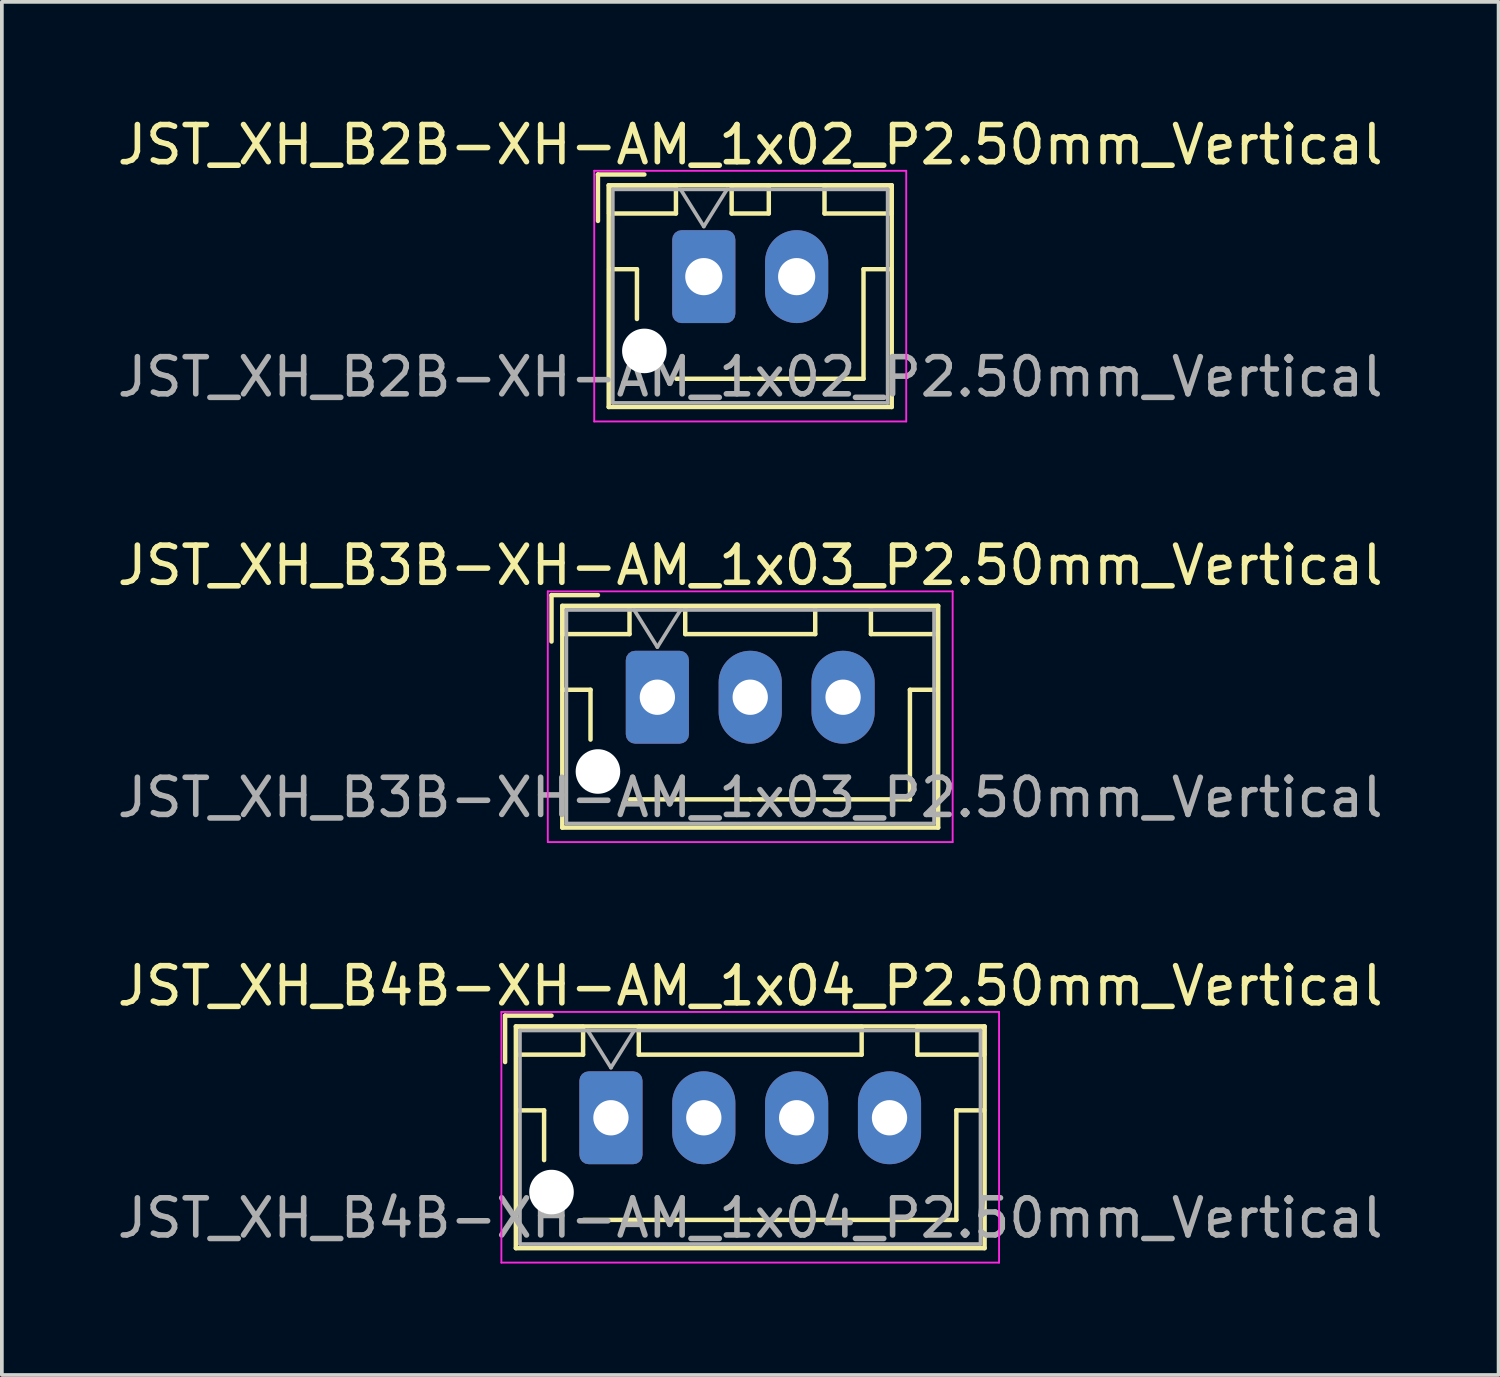
<source format=kicad_pcb>
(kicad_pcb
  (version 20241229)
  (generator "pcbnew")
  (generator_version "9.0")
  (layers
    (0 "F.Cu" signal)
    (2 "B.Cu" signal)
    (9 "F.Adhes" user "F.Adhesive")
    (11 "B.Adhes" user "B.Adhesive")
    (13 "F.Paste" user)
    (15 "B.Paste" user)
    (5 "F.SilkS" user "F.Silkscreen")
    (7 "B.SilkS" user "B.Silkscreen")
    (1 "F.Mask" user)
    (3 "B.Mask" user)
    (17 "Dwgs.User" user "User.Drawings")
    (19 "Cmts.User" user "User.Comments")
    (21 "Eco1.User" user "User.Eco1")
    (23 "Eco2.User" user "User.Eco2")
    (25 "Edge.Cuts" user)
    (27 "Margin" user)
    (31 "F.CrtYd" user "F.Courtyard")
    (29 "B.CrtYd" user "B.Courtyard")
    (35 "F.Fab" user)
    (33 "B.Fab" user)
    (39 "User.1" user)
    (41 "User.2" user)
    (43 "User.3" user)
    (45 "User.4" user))
  (footprint "JST_XH_B3B-XH-AM_1x03_P2.50mm_Vertical"
    (layer "F.Cu")
    (at 14.649 15.722)
    (property "Reference" "JST_XH_B3B-XH-AM_1x03_P2.50mm_Vertical" (at 2.5 -3.55 0) (layer "F.SilkS") (effects (font (size 1 1) (thickness 0.15))))
    (attr through_hole)
    (fp_line (start -2.85 -2.75) (end -2.85 -1.5) (stroke (width 0.12) (type solid)) (layer "F.SilkS"))
    (fp_line (start -2.56 -2.46) (end -2.56 3.51) (stroke (width 0.12) (type solid)) (layer "F.SilkS"))
    (fp_line (start -2.56 3.51) (end 7.56 3.51) (stroke (width 0.12) (type solid)) (layer "F.SilkS"))
    (fp_line (start -2.55 -2.45) (end -2.55 -1.7) (stroke (width 0.12) (type solid)) (layer "F.SilkS"))
    (fp_line (start -2.55 -1.7) (end -0.75 -1.7) (stroke (width 0.12) (type solid)) (layer "F.SilkS"))
    (fp_line (start -2.55 -0.2) (end -1.8 -0.2) (stroke (width 0.12) (type solid)) (layer "F.SilkS"))
    (fp_line (start -1.8 -0.2) (end -1.8 1.14) (stroke (width 0.12) (type solid)) (layer "F.SilkS"))
    (fp_line (start -1.6 -2.75) (end -2.85 -2.75) (stroke (width 0.12) (type solid)) (layer "F.SilkS"))
    (fp_line (start -0.75 -2.45) (end -2.55 -2.45) (stroke (width 0.12) (type solid)) (layer "F.SilkS"))
    (fp_line (start -0.75 -1.7) (end -0.75 -2.45) (stroke (width 0.12) (type solid)) (layer "F.SilkS"))
    (fp_line (start 0.75 -2.45) (end 0.75 -1.7) (stroke (width 0.12) (type solid)) (layer "F.SilkS"))
    (fp_line (start 0.75 -1.7) (end 4.25 -1.7) (stroke (width 0.12) (type solid)) (layer "F.SilkS"))
    (fp_line (start 2.5 2.75) (end -0.74 2.75) (stroke (width 0.12) (type solid)) (layer "F.SilkS"))
    (fp_line (start 4.25 -2.45) (end 0.75 -2.45) (stroke (width 0.12) (type solid)) (layer "F.SilkS"))
    (fp_line (start 4.25 -1.7) (end 4.25 -2.45) (stroke (width 0.12) (type solid)) (layer "F.SilkS"))
    (fp_line (start 5.75 -2.45) (end 5.75 -1.7) (stroke (width 0.12) (type solid)) (layer "F.SilkS"))
    (fp_line (start 5.75 -1.7) (end 7.55 -1.7) (stroke (width 0.12) (type solid)) (layer "F.SilkS"))
    (fp_line (start 6.8 -0.2) (end 6.8 2.75) (stroke (width 0.12) (type solid)) (layer "F.SilkS"))
    (fp_line (start 6.8 2.75) (end 2.5 2.75) (stroke (width 0.12) (type solid)) (layer "F.SilkS"))
    (fp_line (start 7.55 -2.45) (end 5.75 -2.45) (stroke (width 0.12) (type solid)) (layer "F.SilkS"))
    (fp_line (start 7.55 -1.7) (end 7.55 -2.45) (stroke (width 0.12) (type solid)) (layer "F.SilkS"))
    (fp_line (start 7.55 -0.2) (end 6.8 -0.2) (stroke (width 0.12) (type solid)) (layer "F.SilkS"))
    (fp_line (start 7.56 -2.46) (end -2.56 -2.46) (stroke (width 0.12) (type solid)) (layer "F.SilkS"))
    (fp_line (start 7.56 3.51) (end 7.56 -2.46) (stroke (width 0.12) (type solid)) (layer "F.SilkS"))
    (fp_line (start -2.95 -2.85) (end -2.95 3.9) (stroke (width 0.05) (type solid)) (layer "F.CrtYd"))
    (fp_line (start -2.95 3.9) (end 7.95 3.9) (stroke (width 0.05) (type solid)) (layer "F.CrtYd"))
    (fp_line (start 7.95 -2.85) (end -2.95 -2.85) (stroke (width 0.05) (type solid)) (layer "F.CrtYd"))
    (fp_line (start 7.95 3.9) (end 7.95 -2.85) (stroke (width 0.05) (type solid)) (layer "F.CrtYd"))
    (fp_line (start -2.45 -2.35) (end -2.45 3.4) (stroke (width 0.1) (type solid)) (layer "F.Fab"))
    (fp_line (start -2.45 3.4) (end 7.45 3.4) (stroke (width 0.1) (type solid)) (layer "F.Fab"))
    (fp_line (start -0.625 -2.35) (end 0 -1.35) (stroke (width 0.1) (type solid)) (layer "F.Fab"))
    (fp_line (start 0 -1.35) (end 0.625 -2.35) (stroke (width 0.1) (type solid)) (layer "F.Fab"))
    (fp_line (start 7.45 -2.35) (end -2.45 -2.35) (stroke (width 0.1) (type solid)) (layer "F.Fab"))
    (fp_line (start 7.45 3.4) (end 7.45 -2.35) (stroke (width 0.1) (type solid)) (layer "F.Fab"))
    (fp_text user "${REFERENCE}" (at 2.5 2.7 0) (layer "F.Fab") (effects (font (size 1 1) (thickness 0.15))))
    (pad "" np_thru_hole circle (at -1.6 2) (size 1.2 1.2) (drill 1.2) (layers "*.Cu" "*.Mask"))
    (pad "1" thru_hole roundrect (at 0 0) (size 1.7 2.5) (drill 0.95) (layers "*.Cu" "*.Mask") (roundrect_rratio 0.147))
    (pad "2" thru_hole oval (at 2.5 0) (size 1.7 2.5) (drill 0.95) (layers "*.Cu" "*.Mask"))
    (pad "3" thru_hole oval (at 5 0) (size 1.7 2.5) (drill 0.95) (layers "*.Cu" "*.Mask")))
  (footprint "JST_XH_B4B-XH-AM_1x04_P2.50mm_Vertical"
    (layer "F.Cu")
    (at 13.399 27.045)
    (property "Reference" "JST_XH_B4B-XH-AM_1x04_P2.50mm_Vertical" (at 3.75 -3.55 0) (layer "F.SilkS") (effects (font (size 1 1) (thickness 0.15))))
    (attr through_hole)
    (fp_line (start -2.85 -2.75) (end -2.85 -1.5) (stroke (width 0.12) (type solid)) (layer "F.SilkS"))
    (fp_line (start -2.56 -2.46) (end -2.56 3.51) (stroke (width 0.12) (type solid)) (layer "F.SilkS"))
    (fp_line (start -2.56 3.51) (end 10.06 3.51) (stroke (width 0.12) (type solid)) (layer "F.SilkS"))
    (fp_line (start -2.55 -2.45) (end -2.55 -1.7) (stroke (width 0.12) (type solid)) (layer "F.SilkS"))
    (fp_line (start -2.55 -1.7) (end -0.75 -1.7) (stroke (width 0.12) (type solid)) (layer "F.SilkS"))
    (fp_line (start -2.55 -0.2) (end -1.8 -0.2) (stroke (width 0.12) (type solid)) (layer "F.SilkS"))
    (fp_line (start -1.8 -0.2) (end -1.8 1.14) (stroke (width 0.12) (type solid)) (layer "F.SilkS"))
    (fp_line (start -1.6 -2.75) (end -2.85 -2.75) (stroke (width 0.12) (type solid)) (layer "F.SilkS"))
    (fp_line (start -0.75 -2.45) (end -2.55 -2.45) (stroke (width 0.12) (type solid)) (layer "F.SilkS"))
    (fp_line (start -0.75 -1.7) (end -0.75 -2.45) (stroke (width 0.12) (type solid)) (layer "F.SilkS"))
    (fp_line (start 0.75 -2.45) (end 0.75 -1.7) (stroke (width 0.12) (type solid)) (layer "F.SilkS"))
    (fp_line (start 0.75 -1.7) (end 6.75 -1.7) (stroke (width 0.12) (type solid)) (layer "F.SilkS"))
    (fp_line (start 3.75 2.75) (end -0.74 2.75) (stroke (width 0.12) (type solid)) (layer "F.SilkS"))
    (fp_line (start 6.75 -2.45) (end 0.75 -2.45) (stroke (width 0.12) (type solid)) (layer "F.SilkS"))
    (fp_line (start 6.75 -1.7) (end 6.75 -2.45) (stroke (width 0.12) (type solid)) (layer "F.SilkS"))
    (fp_line (start 8.25 -2.45) (end 8.25 -1.7) (stroke (width 0.12) (type solid)) (layer "F.SilkS"))
    (fp_line (start 8.25 -1.7) (end 10.05 -1.7) (stroke (width 0.12) (type solid)) (layer "F.SilkS"))
    (fp_line (start 9.3 -0.2) (end 9.3 2.75) (stroke (width 0.12) (type solid)) (layer "F.SilkS"))
    (fp_line (start 9.3 2.75) (end 3.75 2.75) (stroke (width 0.12) (type solid)) (layer "F.SilkS"))
    (fp_line (start 10.05 -2.45) (end 8.25 -2.45) (stroke (width 0.12) (type solid)) (layer "F.SilkS"))
    (fp_line (start 10.05 -1.7) (end 10.05 -2.45) (stroke (width 0.12) (type solid)) (layer "F.SilkS"))
    (fp_line (start 10.05 -0.2) (end 9.3 -0.2) (stroke (width 0.12) (type solid)) (layer "F.SilkS"))
    (fp_line (start 10.06 -2.46) (end -2.56 -2.46) (stroke (width 0.12) (type solid)) (layer "F.SilkS"))
    (fp_line (start 10.06 3.51) (end 10.06 -2.46) (stroke (width 0.12) (type solid)) (layer "F.SilkS"))
    (fp_line (start -2.95 -2.85) (end -2.95 3.9) (stroke (width 0.05) (type solid)) (layer "F.CrtYd"))
    (fp_line (start -2.95 3.9) (end 10.45 3.9) (stroke (width 0.05) (type solid)) (layer "F.CrtYd"))
    (fp_line (start 10.45 -2.85) (end -2.95 -2.85) (stroke (width 0.05) (type solid)) (layer "F.CrtYd"))
    (fp_line (start 10.45 3.9) (end 10.45 -2.85) (stroke (width 0.05) (type solid)) (layer "F.CrtYd"))
    (fp_line (start -2.45 -2.35) (end -2.45 3.4) (stroke (width 0.1) (type solid)) (layer "F.Fab"))
    (fp_line (start -2.45 3.4) (end 9.95 3.4) (stroke (width 0.1) (type solid)) (layer "F.Fab"))
    (fp_line (start -0.625 -2.35) (end 0 -1.35) (stroke (width 0.1) (type solid)) (layer "F.Fab"))
    (fp_line (start 0 -1.35) (end 0.625 -2.35) (stroke (width 0.1) (type solid)) (layer "F.Fab"))
    (fp_line (start 9.95 -2.35) (end -2.45 -2.35) (stroke (width 0.1) (type solid)) (layer "F.Fab"))
    (fp_line (start 9.95 3.4) (end 9.95 -2.35) (stroke (width 0.1) (type solid)) (layer "F.Fab"))
    (fp_text user "${REFERENCE}" (at 3.75 2.7 0) (layer "F.Fab") (effects (font (size 1 1) (thickness 0.15))))
    (pad "" np_thru_hole circle (at -1.6 2) (size 1.2 1.2) (drill 1.2) (layers "*.Cu" "*.Mask"))
    (pad "1" thru_hole roundrect (at 0 0) (size 1.7 2.5) (drill 0.95) (layers "*.Cu" "*.Mask") (roundrect_rratio 0.147))
    (pad "2" thru_hole oval (at 2.5 0) (size 1.7 2.5) (drill 0.95) (layers "*.Cu" "*.Mask"))
    (pad "3" thru_hole oval (at 5 0) (size 1.7 2.5) (drill 0.95) (layers "*.Cu" "*.Mask"))
    (pad "4" thru_hole oval (at 7.5 0) (size 1.7 2.5) (drill 0.95) (layers "*.Cu" "*.Mask")))
  (footprint "JST_XH_B2B-XH-AM_1x02_P2.50mm_Vertical"
    (layer "F.Cu")
    (at 15.899 4.398)
    (property "Reference" "JST_XH_B2B-XH-AM_1x02_P2.50mm_Vertical" (at 1.25 -3.55 0) (layer "F.SilkS") (effects (font (size 1 1) (thickness 0.15))))
    (attr through_hole)
    (fp_line (start -2.85 -2.75) (end -2.85 -1.5) (stroke (width 0.12) (type solid)) (layer "F.SilkS"))
    (fp_line (start -2.56 -2.46) (end -2.56 3.51) (stroke (width 0.12) (type solid)) (layer "F.SilkS"))
    (fp_line (start -2.56 3.51) (end 5.06 3.51) (stroke (width 0.12) (type solid)) (layer "F.SilkS"))
    (fp_line (start -2.55 -2.45) (end -2.55 -1.7) (stroke (width 0.12) (type solid)) (layer "F.SilkS"))
    (fp_line (start -2.55 -1.7) (end -0.75 -1.7) (stroke (width 0.12) (type solid)) (layer "F.SilkS"))
    (fp_line (start -2.55 -0.2) (end -1.8 -0.2) (stroke (width 0.12) (type solid)) (layer "F.SilkS"))
    (fp_line (start -1.8 -0.2) (end -1.8 1.14) (stroke (width 0.12) (type solid)) (layer "F.SilkS"))
    (fp_line (start -1.6 -2.75) (end -2.85 -2.75) (stroke (width 0.12) (type solid)) (layer "F.SilkS"))
    (fp_line (start -0.75 -2.45) (end -2.55 -2.45) (stroke (width 0.12) (type solid)) (layer "F.SilkS"))
    (fp_line (start -0.75 -1.7) (end -0.75 -2.45) (stroke (width 0.12) (type solid)) (layer "F.SilkS"))
    (fp_line (start 0.75 -2.45) (end 0.75 -1.7) (stroke (width 0.12) (type solid)) (layer "F.SilkS"))
    (fp_line (start 0.75 -1.7) (end 1.75 -1.7) (stroke (width 0.12) (type solid)) (layer "F.SilkS"))
    (fp_line (start 1.25 2.75) (end -0.74 2.75) (stroke (width 0.12) (type solid)) (layer "F.SilkS"))
    (fp_line (start 1.75 -2.45) (end 0.75 -2.45) (stroke (width 0.12) (type solid)) (layer "F.SilkS"))
    (fp_line (start 1.75 -1.7) (end 1.75 -2.45) (stroke (width 0.12) (type solid)) (layer "F.SilkS"))
    (fp_line (start 3.25 -2.45) (end 3.25 -1.7) (stroke (width 0.12) (type solid)) (layer "F.SilkS"))
    (fp_line (start 3.25 -1.7) (end 5.05 -1.7) (stroke (width 0.12) (type solid)) (layer "F.SilkS"))
    (fp_line (start 4.3 -0.2) (end 4.3 2.75) (stroke (width 0.12) (type solid)) (layer "F.SilkS"))
    (fp_line (start 4.3 2.75) (end 1.25 2.75) (stroke (width 0.12) (type solid)) (layer "F.SilkS"))
    (fp_line (start 5.05 -2.45) (end 3.25 -2.45) (stroke (width 0.12) (type solid)) (layer "F.SilkS"))
    (fp_line (start 5.05 -1.7) (end 5.05 -2.45) (stroke (width 0.12) (type solid)) (layer "F.SilkS"))
    (fp_line (start 5.05 -0.2) (end 4.3 -0.2) (stroke (width 0.12) (type solid)) (layer "F.SilkS"))
    (fp_line (start 5.06 -2.46) (end -2.56 -2.46) (stroke (width 0.12) (type solid)) (layer "F.SilkS"))
    (fp_line (start 5.06 3.51) (end 5.06 -2.46) (stroke (width 0.12) (type solid)) (layer "F.SilkS"))
    (fp_line (start -2.95 -2.85) (end -2.95 3.9) (stroke (width 0.05) (type solid)) (layer "F.CrtYd"))
    (fp_line (start -2.95 3.9) (end 5.45 3.9) (stroke (width 0.05) (type solid)) (layer "F.CrtYd"))
    (fp_line (start 5.45 -2.85) (end -2.95 -2.85) (stroke (width 0.05) (type solid)) (layer "F.CrtYd"))
    (fp_line (start 5.45 3.9) (end 5.45 -2.85) (stroke (width 0.05) (type solid)) (layer "F.CrtYd"))
    (fp_line (start -2.45 -2.35) (end -2.45 3.4) (stroke (width 0.1) (type solid)) (layer "F.Fab"))
    (fp_line (start -2.45 3.4) (end 4.95 3.4) (stroke (width 0.1) (type solid)) (layer "F.Fab"))
    (fp_line (start -0.625 -2.35) (end 0 -1.35) (stroke (width 0.1) (type solid)) (layer "F.Fab"))
    (fp_line (start 0 -1.35) (end 0.625 -2.35) (stroke (width 0.1) (type solid)) (layer "F.Fab"))
    (fp_line (start 4.95 -2.35) (end -2.45 -2.35) (stroke (width 0.1) (type solid)) (layer "F.Fab"))
    (fp_line (start 4.95 3.4) (end 4.95 -2.35) (stroke (width 0.1) (type solid)) (layer "F.Fab"))
    (fp_text user "${REFERENCE}" (at 1.25 2.7 0) (layer "F.Fab") (effects (font (size 1 1) (thickness 0.15))))
    (pad "" np_thru_hole circle (at -1.6 2) (size 1.2 1.2) (drill 1.2) (layers "*.Cu" "*.Mask"))
    (pad "1" thru_hole roundrect (at 0 0) (size 1.7 2.5) (drill 1) (layers "*.Cu" "*.Mask") (roundrect_rratio 0.147))
    (pad "2" thru_hole oval (at 2.5 0) (size 1.7 2.5) (drill 1) (layers "*.Cu" "*.Mask")))
  (gr_rect
    (start -3 -3)
    (end 37.298 33.97)
    (stroke (width 0.1) (type default))
    (fill no)
    (layer "Edge.Cuts")))
</source>
